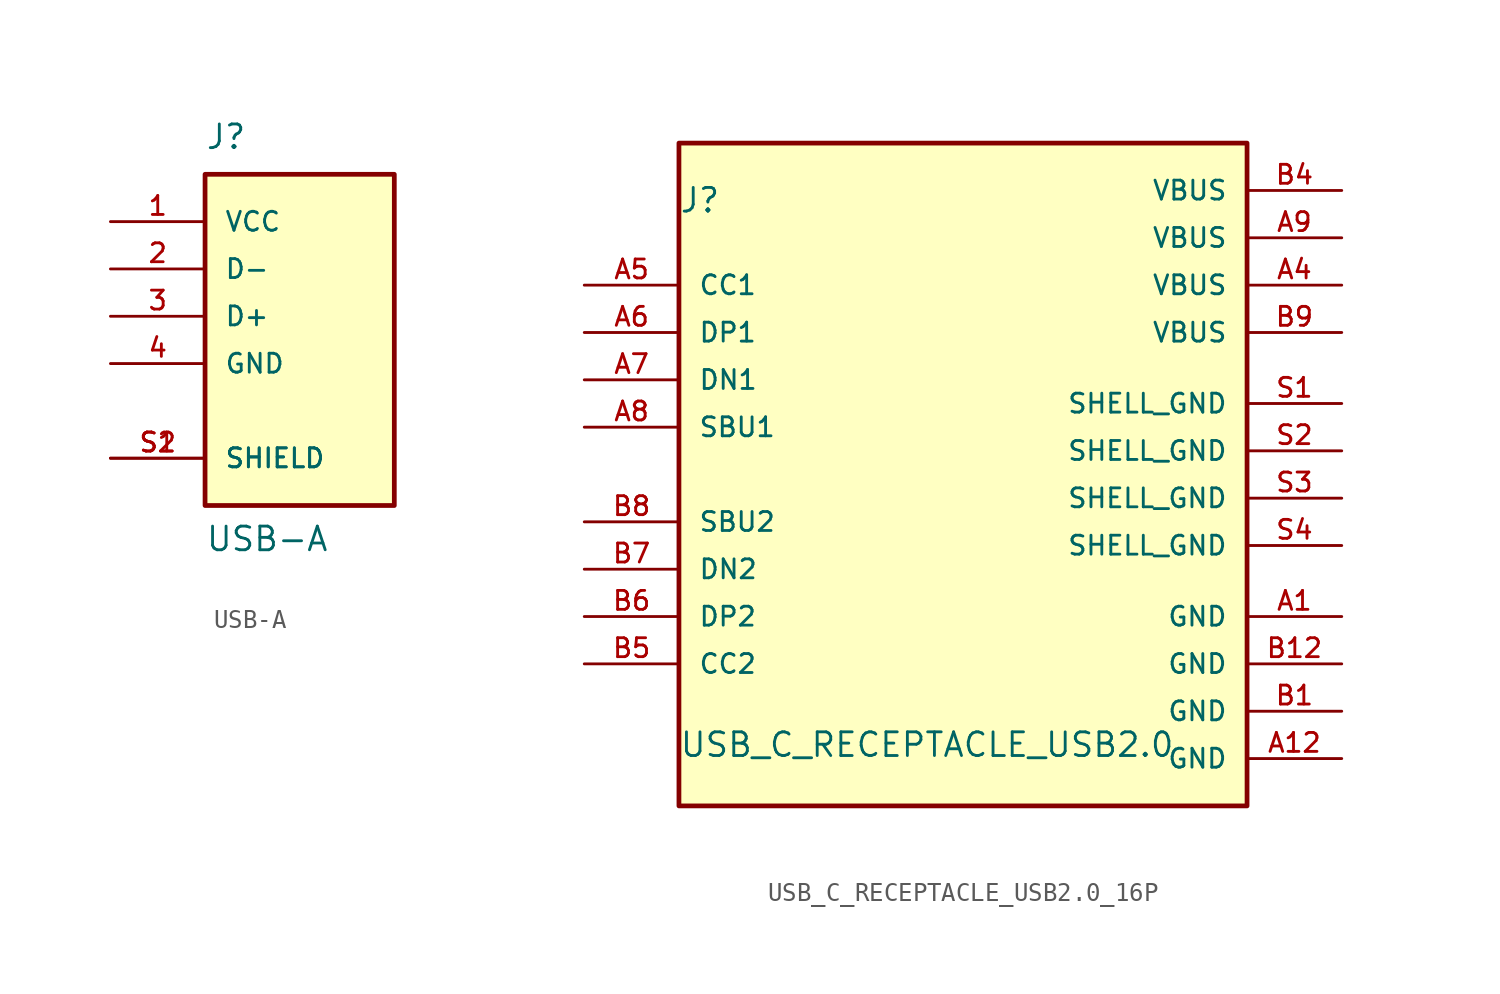
<source format=kicad_sym>
(kicad_symbol_lib
  (version 20241209)
  (generator "kicad_symbol_editor")
  (generator_version "9.0")
  (symbol "USB-A"
    (pin_names
      (offset 1.016))
    (property "Reference" "J"
      (at -5.08 8.89 0)
      (effects (font (size 1.27 1.27)) (justify left bottom)))
    (property "Value" "USB-A"
      (at -5.08 -12.7 0)
      (effects (font (size 1.27 1.27)) (justify left bottom)))
    (symbol "USB-A_0_0"
      (rectangle (start -5.08 7.62) (end 5.08 -10.16) (stroke (width 0.254) (type default)) (fill (type background)))
      (pin power_in line (at -10.16 5.08 0) (length 5.08) (name "VCC" (effects (font (size 1.016 1.016)))) (number "1" (effects (font (size 1.016 1.016)))))
      (pin bidirectional line (at -10.16 2.54 0) (length 5.08) (name "D-" (effects (font (size 1.016 1.016)))) (number "2" (effects (font (size 1.016 1.016)))))
      (pin bidirectional line (at -10.16 0 0) (length 5.08) (name "D+" (effects (font (size 1.016 1.016)))) (number "3" (effects (font (size 1.016 1.016)))))
      (pin power_in line (at -10.16 -2.54 0) (length 5.08) (name "GND" (effects (font (size 1.016 1.016)))) (number "4" (effects (font (size 1.016 1.016)))))
      (pin passive line (at -10.16 -7.62 0) (length 5.08) (name "SHIELD" (effects (font (size 1.016 1.016)))) (number "S1" (effects (font (size 1.016 1.016)))))
      (pin passive line (at -10.16 -7.62 0) (length 5.08) (name "SHIELD" (effects (font (size 1.016 1.016)))) (number "S2" (effects (font (size 1.016 1.016)))))))
  (symbol "USB_C_RECEPTACLE_USB2.0_16P"
    (pin_names
      (offset 1.016))
    (property "Reference" "J"
      (at -15.24 13.97 0)
      (effects (font (size 1.27 1.27)) (justify left bottom)))
    (property "Value" "USB_C_RECEPTACLE_USB2.0"
      (at -15.24 -15.24 0)
      (effects (font (size 1.27 1.27)) (justify left bottom)))
    (symbol "USB_C_RECEPTACLE_USB2.0_16P_0_0"
      (rectangle (start -15.24 17.78) (end 15.24 -17.78) (stroke (width 0.254) (type default)) (fill (type background)))
      (pin bidirectional line (at -20.32 10.16 0) (length 5.08) (name "CC1" (effects (font (size 1.016 1.016)))) (number "A5" (effects (font (size 1.016 1.016)))))
      (pin bidirectional line (at -20.32 7.62 0) (length 5.08) (name "DP1" (effects (font (size 1.016 1.016)))) (number "A6" (effects (font (size 1.016 1.016)))))
      (pin bidirectional line (at -20.32 5.08 0) (length 5.08) (name "DN1" (effects (font (size 1.016 1.016)))) (number "A7" (effects (font (size 1.016 1.016)))))
      (pin bidirectional line (at -20.32 2.54 0) (length 5.08) (name "SBU1" (effects (font (size 1.016 1.016)))) (number "A8" (effects (font (size 1.016 1.016)))))
      (pin bidirectional line (at -20.32 -2.54 0) (length 5.08) (name "SBU2" (effects (font (size 1.016 1.016)))) (number "B8" (effects (font (size 1.016 1.016)))))
      (pin bidirectional line (at -20.32 -5.08 0) (length 5.08) (name "DN2" (effects (font (size 1.016 1.016)))) (number "B7" (effects (font (size 1.016 1.016)))))
      (pin bidirectional line (at -20.32 -7.62 0) (length 5.08) (name "DP2" (effects (font (size 1.016 1.016)))) (number "B6" (effects (font (size 1.016 1.016)))))
      (pin bidirectional line (at -20.32 -10.16 0) (length 5.08) (name "CC2" (effects (font (size 1.016 1.016)))) (number "B5" (effects (font (size 1.016 1.016)))))
      (pin power_in line (at 20.32 3.81 180) (length 5.08) (name "SHELL_GND" (effects (font (size 1.016 1.016)))) (number "S1" (effects (font (size 1.016 1.016)))))
      (pin power_in line (at 20.32 1.27 180) (length 5.08) (name "SHELL_GND" (effects (font (size 1.016 1.016)))) (number "S2" (effects (font (size 1.016 1.016)))))
      (pin power_in line (at 20.32 -1.27 180) (length 5.08) (name "SHELL_GND" (effects (font (size 1.016 1.016)))) (number "S3" (effects (font (size 1.016 1.016)))))
      (pin power_in line (at 20.32 -3.81 180) (length 5.08) (name "SHELL_GND" (effects (font (size 1.016 1.016)))) (number "S4" (effects (font (size 1.016 1.016))))))
    (symbol "USB_C_RECEPTACLE_USB2.0_16P_1_0"
      (pin power_in line (at 20.32 15.24 180) (length 5.08) (name "VBUS" (effects (font (size 1.016 1.016)))) (number "B4" (effects (font (size 1.016 1.016)))))
      (pin power_in line (at 20.32 12.7 180) (length 5.08) (name "VBUS" (effects (font (size 1.016 1.016)))) (number "A9" (effects (font (size 1.016 1.016)))))
      (pin power_in line (at 20.32 10.16 180) (length 5.08) (name "VBUS" (effects (font (size 1.016 1.016)))) (number "A4" (effects (font (size 1.016 1.016)))))
      (pin power_in line (at 20.32 7.62 180) (length 5.08) (name "VBUS" (effects (font (size 1.016 1.016)))) (number "B9" (effects (font (size 1.016 1.016)))))
      (pin power_in line (at 20.32 -7.62 180) (length 5.08) (name "GND" (effects (font (size 1.016 1.016)))) (number "A1" (effects (font (size 1.016 1.016)))))
      (pin power_in line (at 20.32 -10.16 180) (length 5.08) (name "GND" (effects (font (size 1.016 1.016)))) (number "B12" (effects (font (size 1.016 1.016)))))
      (pin power_in line (at 20.32 -12.7 180) (length 5.08) (name "GND" (effects (font (size 1.016 1.016)))) (number "B1" (effects (font (size 1.016 1.016)))))
      (pin power_in line (at 20.32 -15.24 180) (length 5.08) (name "GND" (effects (font (size 1.016 1.016)))) (number "A12" (effects (font (size 1.016 1.016))))))))
</source>
